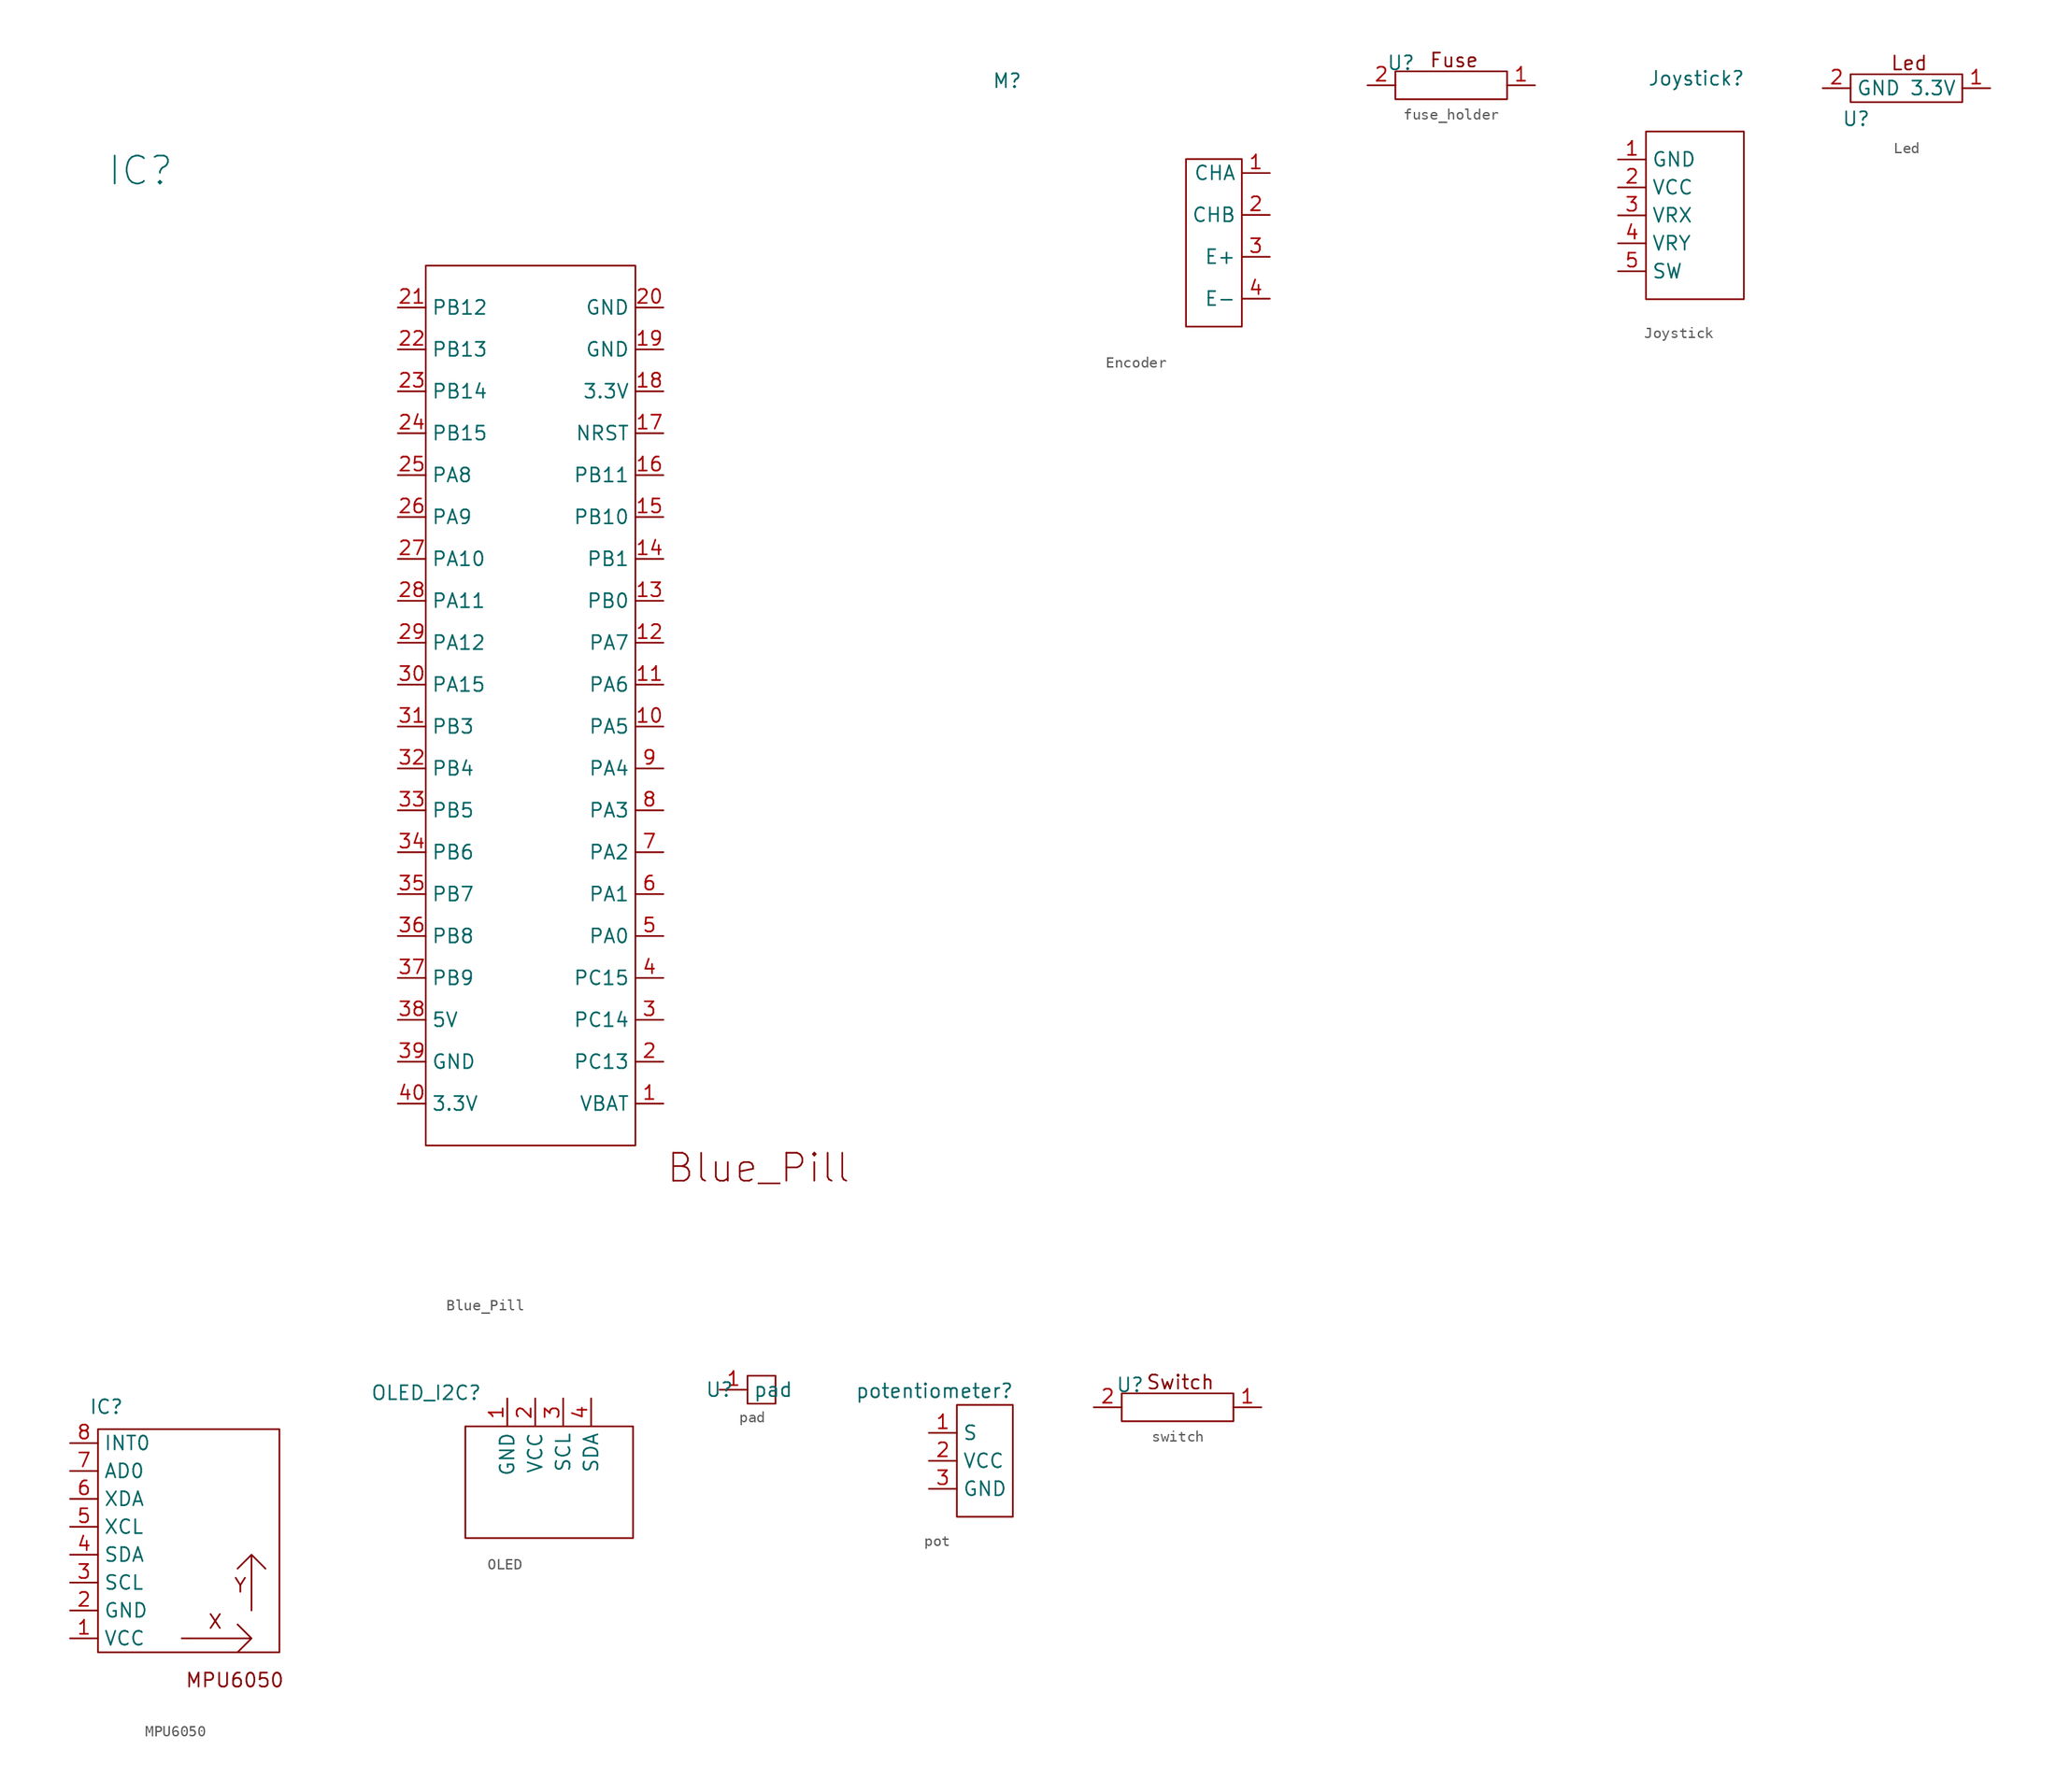
<source format=kicad_sym>
(kicad_symbol_lib
  (version 20231120)
  (generator "kicad_symbol_editor")
  (generator_version "8.0")
  (symbol "Blue_Pill"
    (property "Reference" "IC"
      (at -32.258 61.976 0)
      (effects (font (size 2.54 2.54))))
    (property "Value" ""
      (at 10.16 1.27 0)
      (effects (font (size 1.27 1.27))))
    (symbol "Blue_Pill_0_1"
      (rectangle (start -6.35 53.34) (end 12.7 -26.67) (stroke (width 0) (type default)) (fill (type none))))
    (symbol "Blue_Pill_1_1"
      (text "Blue_Pill\n" (at 23.876 -28.702 0) (effects (font (size 2.54 2.54))))
      (pin output line (at 15.24 -22.86 180) (length 2.54) (name "VBAT" (effects (font (size 1.27 1.27)))) (number "1" (effects (font (size 1.27 1.27)))))
      (pin output line (at 15.24 11.43 180) (length 2.54) (name "PA5" (effects (font (size 1.27 1.27)))) (number "10" (effects (font (size 1.27 1.27)))))
      (pin output line (at 15.24 15.24 180) (length 2.54) (name "PA6" (effects (font (size 1.27 1.27)))) (number "11" (effects (font (size 1.27 1.27)))))
      (pin output line (at 15.24 19.05 180) (length 2.54) (name "PA7" (effects (font (size 1.27 1.27)))) (number "12" (effects (font (size 1.27 1.27)))))
      (pin output line (at 15.24 22.86 180) (length 2.54) (name "PB0" (effects (font (size 1.27 1.27)))) (number "13" (effects (font (size 1.27 1.27)))))
      (pin output line (at 15.24 26.67 180) (length 2.54) (name "PB1" (effects (font (size 1.27 1.27)))) (number "14" (effects (font (size 1.27 1.27)))))
      (pin output line (at 15.24 30.48 180) (length 2.54) (name "PB10" (effects (font (size 1.27 1.27)))) (number "15" (effects (font (size 1.27 1.27)))))
      (pin output line (at 15.24 34.29 180) (length 2.54) (name "PB11" (effects (font (size 1.27 1.27)))) (number "16" (effects (font (size 1.27 1.27)))))
      (pin output line (at 15.24 38.1 180) (length 2.54) (name "NRST" (effects (font (size 1.27 1.27)))) (number "17" (effects (font (size 1.27 1.27)))))
      (pin input line (at 15.24 41.91 180) (length 2.54) (name "3.3V" (effects (font (size 1.27 1.27)))) (number "18" (effects (font (size 1.27 1.27)))))
      (pin input line (at 15.24 45.72 180) (length 2.54) (name "GND" (effects (font (size 1.27 1.27)))) (number "19" (effects (font (size 1.27 1.27)))))
      (pin output line (at 15.24 -19.05 180) (length 2.54) (name "PC13" (effects (font (size 1.27 1.27)))) (number "2" (effects (font (size 1.27 1.27)))))
      (pin input line (at 15.24 49.53 180) (length 2.54) (name "GND" (effects (font (size 1.27 1.27)))) (number "20" (effects (font (size 1.27 1.27)))))
      (pin output line (at -8.89 49.53 0) (length 2.54) (name "PB12" (effects (font (size 1.27 1.27)))) (number "21" (effects (font (size 1.27 1.27)))))
      (pin output line (at -8.89 45.72 0) (length 2.54) (name "PB13" (effects (font (size 1.27 1.27)))) (number "22" (effects (font (size 1.27 1.27)))))
      (pin output line (at -8.89 41.91 0) (length 2.54) (name "PB14" (effects (font (size 1.27 1.27)))) (number "23" (effects (font (size 1.27 1.27)))))
      (pin output line (at -8.89 38.1 0) (length 2.54) (name "PB15" (effects (font (size 1.27 1.27)))) (number "24" (effects (font (size 1.27 1.27)))))
      (pin output line (at -8.89 34.29 0) (length 2.54) (name "PA8" (effects (font (size 1.27 1.27)))) (number "25" (effects (font (size 1.27 1.27)))))
      (pin output line (at -8.89 30.48 0) (length 2.54) (name "PA9" (effects (font (size 1.27 1.27)))) (number "26" (effects (font (size 1.27 1.27)))))
      (pin output line (at -8.89 26.67 0) (length 2.54) (name "PA10" (effects (font (size 1.27 1.27)))) (number "27" (effects (font (size 1.27 1.27)))))
      (pin output line (at -8.89 22.86 0) (length 2.54) (name "PA11" (effects (font (size 1.27 1.27)))) (number "28" (effects (font (size 1.27 1.27)))))
      (pin output line (at -8.89 19.05 0) (length 2.54) (name "PA12" (effects (font (size 1.27 1.27)))) (number "29" (effects (font (size 1.27 1.27)))))
      (pin output line (at 15.24 -15.24 180) (length 2.54) (name "PC14" (effects (font (size 1.27 1.27)))) (number "3" (effects (font (size 1.27 1.27)))))
      (pin output line (at -8.89 15.24 0) (length 2.54) (name "PA15" (effects (font (size 1.27 1.27)))) (number "30" (effects (font (size 1.27 1.27)))))
      (pin output line (at -8.89 11.43 0) (length 2.54) (name "PB3" (effects (font (size 1.27 1.27)))) (number "31" (effects (font (size 1.27 1.27)))))
      (pin output line (at -8.89 7.62 0) (length 2.54) (name "PB4" (effects (font (size 1.27 1.27)))) (number "32" (effects (font (size 1.27 1.27)))))
      (pin output line (at -8.89 3.81 0) (length 2.54) (name "PB5" (effects (font (size 1.27 1.27)))) (number "33" (effects (font (size 1.27 1.27)))))
      (pin output line (at -8.89 0 0) (length 2.54) (name "PB6" (effects (font (size 1.27 1.27)))) (number "34" (effects (font (size 1.27 1.27)))))
      (pin output line (at -8.89 -3.81 0) (length 2.54) (name "PB7" (effects (font (size 1.27 1.27)))) (number "35" (effects (font (size 1.27 1.27)))))
      (pin output line (at -8.89 -7.62 0) (length 2.54) (name "PB8" (effects (font (size 1.27 1.27)))) (number "36" (effects (font (size 1.27 1.27)))))
      (pin output line (at -8.89 -11.43 0) (length 2.54) (name "PB9" (effects (font (size 1.27 1.27)))) (number "37" (effects (font (size 1.27 1.27)))))
      (pin input line (at -8.89 -15.24 0) (length 2.54) (name "5V" (effects (font (size 1.27 1.27)))) (number "38" (effects (font (size 1.27 1.27)))))
      (pin input line (at -8.89 -19.05 0) (length 2.54) (name "GND" (effects (font (size 1.27 1.27)))) (number "39" (effects (font (size 1.27 1.27)))))
      (pin output line (at 15.24 -11.43 180) (length 2.54) (name "PC15" (effects (font (size 1.27 1.27)))) (number "4" (effects (font (size 1.27 1.27)))))
      (pin input line (at -8.89 -22.86 0) (length 2.54) (name "3.3V" (effects (font (size 1.27 1.27)))) (number "40" (effects (font (size 1.27 1.27)))))
      (pin output line (at 15.24 -7.62 180) (length 2.54) (name "PA0" (effects (font (size 1.27 1.27)))) (number "5" (effects (font (size 1.27 1.27)))))
      (pin output line (at 15.24 -3.81 180) (length 2.54) (name "PA1" (effects (font (size 1.27 1.27)))) (number "6" (effects (font (size 1.27 1.27)))))
      (pin output line (at 15.24 0 180) (length 2.54) (name "PA2" (effects (font (size 1.27 1.27)))) (number "7" (effects (font (size 1.27 1.27)))))
      (pin output line (at 15.24 3.81 180) (length 2.54) (name "PA3" (effects (font (size 1.27 1.27)))) (number "8" (effects (font (size 1.27 1.27)))))
      (pin output line (at 15.24 7.62 180) (length 2.54) (name "PA4" (effects (font (size 1.27 1.27)))) (number "9" (effects (font (size 1.27 1.27)))))))
  (symbol "Encoder"
    (property "Reference" "M"
      (at -20.066 5.842 0)
      (effects (font (size 1.27 1.27))))
    (property "Value" ""
      (at 0 0 0)
      (effects (font (size 1.27 1.27))))
    (symbol "Encoder_0_1"
      (rectangle (start -3.81 -1.27) (end 1.27 -16.51) (stroke (width 0) (type default)) (fill (type none))))
    (symbol "Encoder_1_1"
      (pin input line (at 3.81 -2.54 180) (length 2.54) (name "CHA" (effects (font (size 1.27 1.27)))) (number "1" (effects (font (size 1.27 1.27)))))
      (pin input line (at 3.81 -6.35 180) (length 2.54) (name "CHB" (effects (font (size 1.27 1.27)))) (number "2" (effects (font (size 1.27 1.27)))))
      (pin input line (at 3.81 -10.16 180) (length 2.54) (name "E+" (effects (font (size 1.27 1.27)))) (number "3" (effects (font (size 1.27 1.27)))))
      (pin input line (at 3.81 -13.97 180) (length 2.54) (name "E-" (effects (font (size 1.27 1.27)))) (number "4" (effects (font (size 1.27 1.27)))))))
  (symbol "fuse_holder"
    (property "Reference" "U"
      (at -4.572 2.032 0)
      (effects (font (size 1.27 1.27))))
    (property "Value" ""
      (at 0 0 0)
      (effects (font (size 1.27 1.27))))
    (symbol "fuse_holder_0_1"
      (rectangle (start -5.08 1.27) (end 5.08 -1.27) (stroke (width 0) (type default)) (fill (type none))))
    (symbol "fuse_holder_1_1"
      (text "Fuse" (at 0.254 2.286 0) (effects (font (size 1.27 1.27))))
      (pin input line (at 7.62 0 180) (length 2.54) (name "" (effects (font (size 1.27 1.27)))) (number "1" (effects (font (size 1.27 1.27)))))
      (pin output line (at -7.62 0 0) (length 2.54) (name "" (effects (font (size 1.27 1.27)))) (number "2" (effects (font (size 1.27 1.27)))))))
  (symbol "Joystick"
    (property "Reference" "Joystick"
      (at -0.508 12.446 0)
      (effects (font (size 1.27 1.27))))
    (property "Value" ""
      (at -3.81 0 0)
      (effects (font (size 1.27 1.27))))
    (symbol "Joystick_0_1"
      (rectangle (start -5.08 7.62) (end 3.81 -7.62) (stroke (width 0) (type default)) (fill (type none))))
    (symbol "Joystick_1_1"
      (pin input line (at -7.62 5.08 0) (length 2.54) (name "GND" (effects (font (size 1.27 1.27)))) (number "1" (effects (font (size 1.27 1.27)))))
      (pin input line (at -7.62 2.54 0) (length 2.54) (name "VCC" (effects (font (size 1.27 1.27)))) (number "2" (effects (font (size 1.27 1.27)))))
      (pin input line (at -7.62 0 0) (length 2.54) (name "VRX" (effects (font (size 1.27 1.27)))) (number "3" (effects (font (size 1.27 1.27)))))
      (pin input line (at -7.62 -2.54 0) (length 2.54) (name "VRY" (effects (font (size 1.27 1.27)))) (number "4" (effects (font (size 1.27 1.27)))))
      (pin input line (at -7.62 -5.08 0) (length 2.54) (name "SW" (effects (font (size 1.27 1.27)))) (number "5" (effects (font (size 1.27 1.27)))))))
  (symbol "Led"
    (property "Reference" "U"
      (at -4.572 -2.794 0)
      (effects (font (size 1.27 1.27))))
    (property "Value" ""
      (at 0 0 0)
      (effects (font (size 1.27 1.27))))
    (symbol "Led_0_1"
      (rectangle (start -5.08 1.27) (end 5.08 -1.27) (stroke (width 0) (type default)) (fill (type none))))
    (symbol "Led_1_1"
      (text "Led\n" (at 0.254 2.286 0) (effects (font (size 1.27 1.27))))
      (pin input line (at 7.62 0 180) (length 2.54) (name "3.3V" (effects (font (size 1.27 1.27)))) (number "1" (effects (font (size 1.27 1.27)))))
      (pin output line (at -7.62 0 0) (length 2.54) (name "GND" (effects (font (size 1.27 1.27)))) (number "2" (effects (font (size 1.27 1.27)))))))
  (symbol "MPU6050"
    (property "Reference" "IC"
      (at -6.858 10.922 0)
      (effects (font (size 1.27 1.27))))
    (property "Value" ""
      (at -8.89 -10.16 0)
      (effects (font (size 1.27 1.27))))
    (symbol "MPU6050_0_1"
      (rectangle (start -7.62 8.89) (end 8.89 -11.43) (stroke (width 0) (type default)) (fill (type none)))
      (polyline (pts (xy 0 -10.16) (xy 6.35 -10.16) (xy 5.08 -8.89) (xy 6.35 -10.16) (xy 5.08 -11.43)) (stroke (width 0) (type default)) (fill (type none)))
      (polyline (pts (xy 6.35 -7.62) (xy 6.35 -2.54) (xy 5.08 -3.81) (xy 6.35 -2.54) (xy 7.62 -3.81)) (stroke (width 0) (type default)) (fill (type none))))
    (symbol "MPU6050_1_1"
      (text "MPU6050\n" (at 4.826 -13.97 0) (effects (font (size 1.27 1.27))))
      (text "X" (at 3.048 -8.636 0) (effects (font (size 1.27 1.27))))
      (text "Y" (at 5.334 -5.334 0) (effects (font (size 1.27 1.27))))
      (pin input line (at -10.16 -10.16 0) (length 2.54) (name "VCC" (effects (font (size 1.27 1.27)))) (number "1" (effects (font (size 1.27 1.27)))))
      (pin input line (at -10.16 -7.62 0) (length 2.54) (name "GND" (effects (font (size 1.27 1.27)))) (number "2" (effects (font (size 1.27 1.27)))))
      (pin output line (at -10.16 -5.08 0) (length 2.54) (name "SCL" (effects (font (size 1.27 1.27)))) (number "3" (effects (font (size 1.27 1.27)))))
      (pin output line (at -10.16 -2.54 0) (length 2.54) (name "SDA" (effects (font (size 1.27 1.27)))) (number "4" (effects (font (size 1.27 1.27)))))
      (pin output line (at -10.16 0 0) (length 2.54) (name "XCL" (effects (font (size 1.27 1.27)))) (number "5" (effects (font (size 1.27 1.27)))))
      (pin output line (at -10.16 2.54 0) (length 2.54) (name "XDA" (effects (font (size 1.27 1.27)))) (number "6" (effects (font (size 1.27 1.27)))))
      (pin output line (at -10.16 5.08 0) (length 2.54) (name "AD0" (effects (font (size 1.27 1.27)))) (number "7" (effects (font (size 1.27 1.27)))))
      (pin output line (at -10.16 7.62 0) (length 2.54) (name "INT0" (effects (font (size 1.27 1.27)))) (number "8" (effects (font (size 1.27 1.27)))))))
  (symbol "OLED"
    (property "Reference" "OLED_I2C"
      (at -13.716 5.588 0)
      (effects (font (size 1.27 1.27))))
    (property "Value" ""
      (at -3.81 0 0)
      (effects (font (size 1.27 1.27))))
    (symbol "OLED_0_1"
      (rectangle (start -10.16 2.54) (end 5.08 -7.62) (stroke (width 0) (type default)) (fill (type none))))
    (symbol "OLED_1_1"
      (pin input line (at -6.35 5.08 270) (length 2.54) (name "GND" (effects (font (size 1.27 1.27)))) (number "1" (effects (font (size 1.27 1.27)))))
      (pin input line (at -3.81 5.08 270) (length 2.54) (name "VCC" (effects (font (size 1.27 1.27)))) (number "2" (effects (font (size 1.27 1.27)))))
      (pin input line (at -1.27 5.08 270) (length 2.54) (name "SCL" (effects (font (size 1.27 1.27)))) (number "3" (effects (font (size 1.27 1.27)))))
      (pin input line (at 1.27 5.08 270) (length 2.54) (name "SDA" (effects (font (size 1.27 1.27)))) (number "4" (effects (font (size 1.27 1.27)))))))
  (symbol "pad"
    (property "Reference" "U"
      (at -3.81 0 0)
      (effects (font (size 1.27 1.27))))
    (property "Value" ""
      (at -3.81 0 0)
      (effects (font (size 1.27 1.27))))
    (symbol "pad_0_1"
      (rectangle (start -1.27 1.27) (end 1.27 -1.27) (stroke (width 0) (type default)) (fill (type none))))
    (symbol "pad_1_1"
      (pin input line (at -3.81 0 0) (length 2.54) (name "pad" (effects (font (size 1.27 1.27)))) (number "1" (effects (font (size 1.27 1.27)))))))
  (symbol "pot"
    (property "Reference" "potentiometer"
      (at -3.302 6.35 0)
      (effects (font (size 1.27 1.27))))
    (property "Value" ""
      (at 0 0 0)
      (effects (font (size 1.27 1.27))))
    (symbol "pot_0_1"
      (rectangle (start -1.27 5.08) (end 3.81 -5.08) (stroke (width 0) (type default)) (fill (type none))))
    (symbol "pot_1_1"
      (pin input line (at -3.81 2.54 0) (length 2.54) (name "S" (effects (font (size 1.27 1.27)))) (number "1" (effects (font (size 1.27 1.27)))))
      (pin input line (at -3.81 0 0) (length 2.54) (name "VCC" (effects (font (size 1.27 1.27)))) (number "2" (effects (font (size 1.27 1.27)))))
      (pin input line (at -3.81 -2.54 0) (length 2.54) (name "GND" (effects (font (size 1.27 1.27)))) (number "3" (effects (font (size 1.27 1.27)))))))
  (symbol "switch"
    (property "Reference" "U"
      (at -4.318 2.032 0)
      (effects (font (size 1.27 1.27))))
    (property "Value" ""
      (at 0 0 0)
      (effects (font (size 1.27 1.27))))
    (symbol "switch_0_1"
      (rectangle (start -5.08 1.27) (end 5.08 -1.27) (stroke (width 0) (type default)) (fill (type none))))
    (symbol "switch_1_1"
      (text "Switch" (at 0.254 2.286 0) (effects (font (size 1.27 1.27))))
      (pin input line (at 7.62 0 180) (length 2.54) (name "" (effects (font (size 1.27 1.27)))) (number "1" (effects (font (size 1.27 1.27)))))
      (pin output line (at -7.62 0 0) (length 2.54) (name "" (effects (font (size 1.27 1.27)))) (number "2" (effects (font (size 1.27 1.27))))))))
</source>
